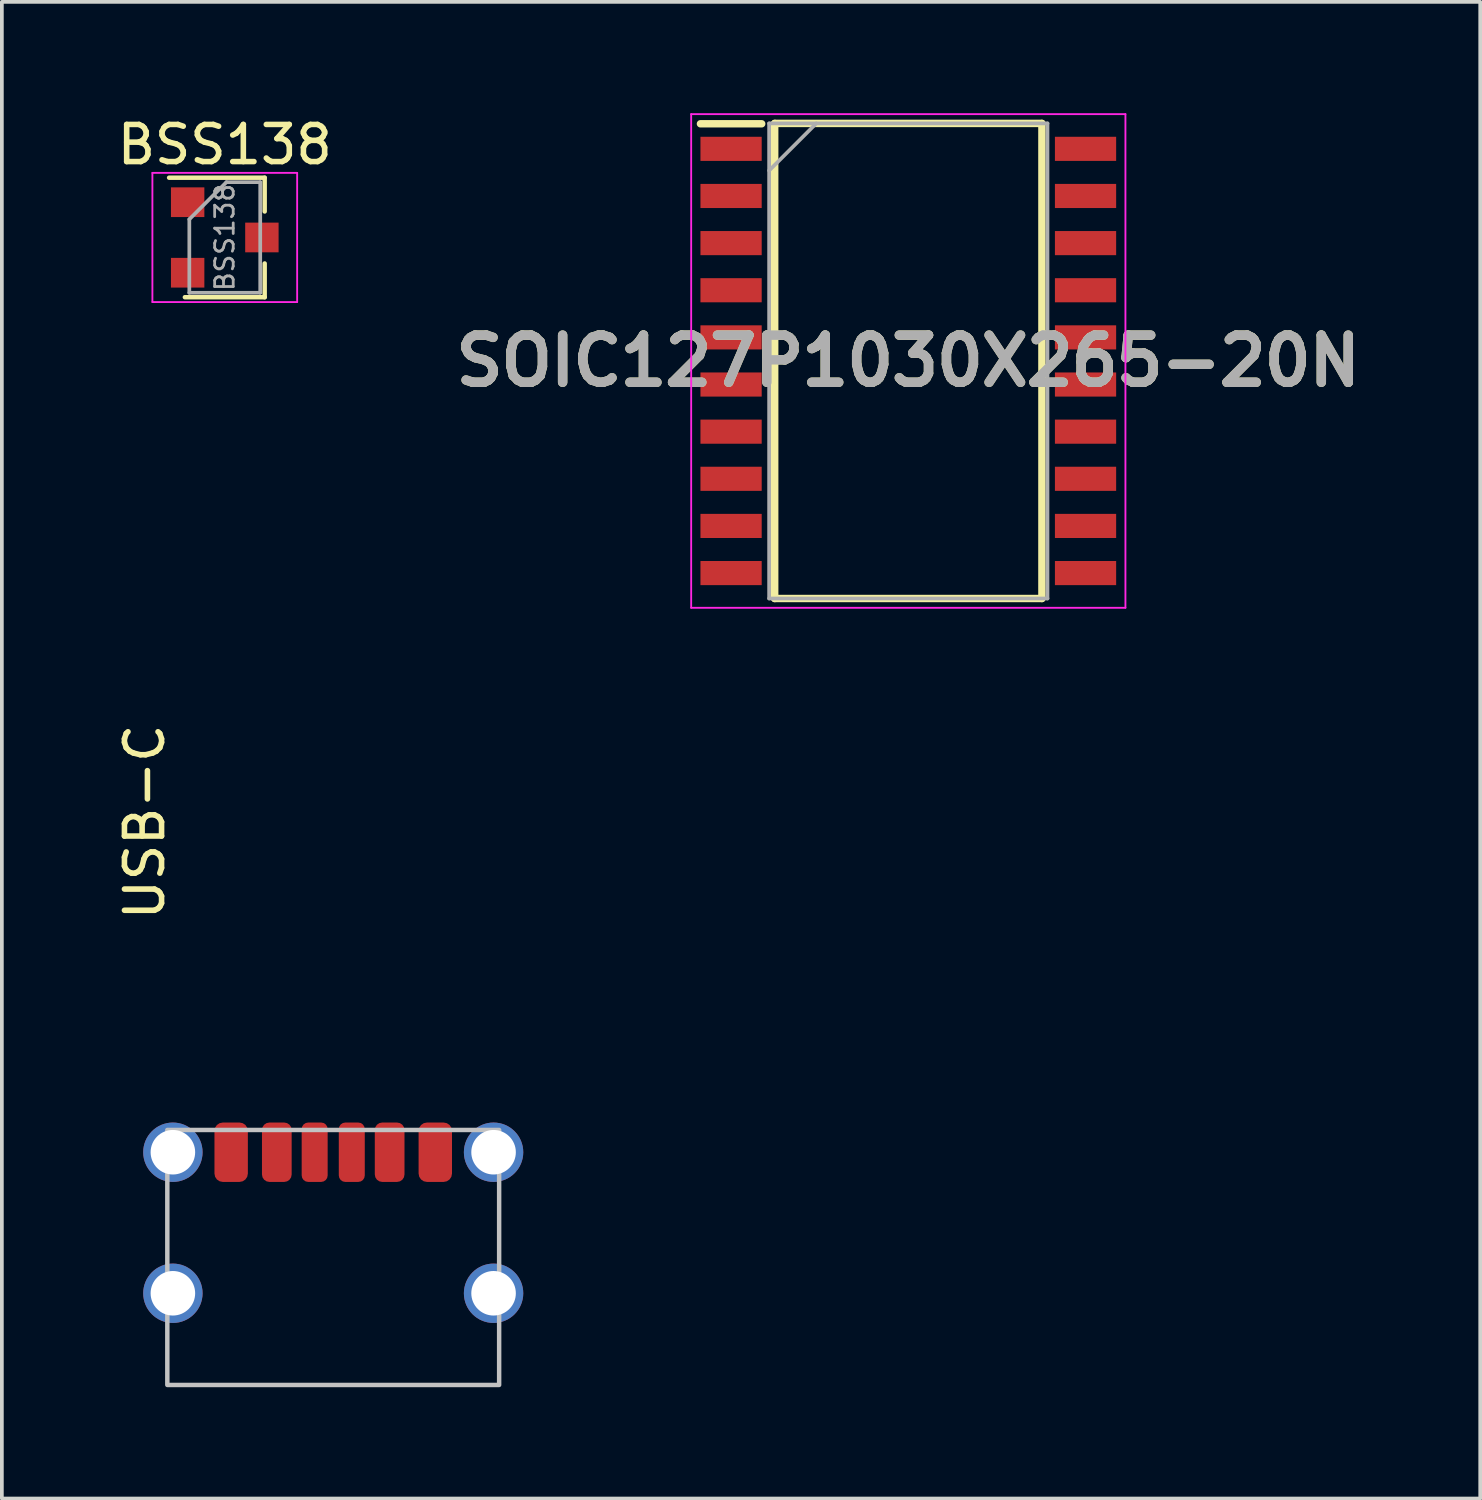
<source format=kicad_pcb>
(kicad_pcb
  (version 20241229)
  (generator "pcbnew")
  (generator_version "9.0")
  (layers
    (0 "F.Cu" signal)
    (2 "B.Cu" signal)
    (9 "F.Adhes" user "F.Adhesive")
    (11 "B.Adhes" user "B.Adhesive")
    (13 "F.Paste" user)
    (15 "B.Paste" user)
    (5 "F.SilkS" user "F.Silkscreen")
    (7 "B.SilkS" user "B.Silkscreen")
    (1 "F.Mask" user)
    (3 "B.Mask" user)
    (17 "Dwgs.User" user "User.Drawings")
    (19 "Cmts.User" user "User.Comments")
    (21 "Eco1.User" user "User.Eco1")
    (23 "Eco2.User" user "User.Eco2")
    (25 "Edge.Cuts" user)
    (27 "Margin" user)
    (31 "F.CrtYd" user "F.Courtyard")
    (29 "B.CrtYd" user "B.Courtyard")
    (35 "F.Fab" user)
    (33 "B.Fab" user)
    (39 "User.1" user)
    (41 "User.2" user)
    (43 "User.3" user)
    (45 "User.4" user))
  (footprint "BSS138"
    (layer "F.Cu")
    (at 3.006 3.348)
    (property "Reference" "BSS138" (at 0 -2.5 0) (layer "F.SilkS") (effects (font (size 1 1) (thickness 0.15))))
    (attr smd)
    (fp_line (start -1.5 -1.61) (end 1.075 -1.61) (stroke (width 0.12) (type solid)) (layer "F.SilkS"))
    (fp_line (start -1.075 1.61) (end 1.075 1.61) (stroke (width 0.12) (type solid)) (layer "F.SilkS"))
    (fp_line (start 1.075 -1.61) (end 1.075 -0.7) (stroke (width 0.12) (type solid)) (layer "F.SilkS"))
    (fp_line (start 1.075 0.7) (end 1.075 1.61) (stroke (width 0.12) (type solid)) (layer "F.SilkS"))
    (fp_line (start -1.95 -1.74) (end 1.95 -1.74) (stroke (width 0.05) (type solid)) (layer "F.CrtYd"))
    (fp_line (start -1.95 1.74) (end -1.95 -1.74) (stroke (width 0.05) (type solid)) (layer "F.CrtYd"))
    (fp_line (start 1.95 -1.74) (end 1.95 1.74) (stroke (width 0.05) (type solid)) (layer "F.CrtYd"))
    (fp_line (start 1.95 1.74) (end -1.95 1.74) (stroke (width 0.05) (type solid)) (layer "F.CrtYd"))
    (fp_line (start -0.955 -0.49) (end -0.955 1.49) (stroke (width 0.1) (type solid)) (layer "F.Fab"))
    (fp_line (start -0.955 -0.49) (end 0.045 -1.49) (stroke (width 0.1) (type solid)) (layer "F.Fab"))
    (fp_line (start -0.955 1.49) (end 0.955 1.49) (stroke (width 0.1) (type solid)) (layer "F.Fab"))
    (fp_line (start 0.045 -1.49) (end 0.955 -1.49) (stroke (width 0.1) (type solid)) (layer "F.Fab"))
    (fp_line (start 0.955 -1.49) (end 0.955 1.49) (stroke (width 0.1) (type solid)) (layer "F.Fab"))
    (fp_text user "${REFERENCE}" (at 0 0 90) (layer "F.Fab") (effects (font (size 0.5 0.5) (thickness 0.075))))
    (pad "1" smd rect (at -1 -0.95) (size 0.9 0.8) (layers "F.Cu" "F.Mask" "F.Paste"))
    (pad "2" smd rect (at -1 0.95) (size 0.9 0.8) (layers "F.Cu" "F.Mask" "F.Paste"))
    (pad "3" smd rect (at 1 0) (size 0.9 0.8) (layers "F.Cu" "F.Mask" "F.Paste")))
  (footprint "SOIC127P1030X265-20N"
    (layer "F.Cu")
    (at 21.422 6.675)
    (property "Reference" "SOIC127P1030X265-20N" (at 0 0 0) (layer "F.SilkS") (effects (font (size 1.27 1.27) (thickness 0.254))))
    (attr smd)
    (fp_line (start -5.6 -6.39) (end -3.95 -6.39) (stroke (width 0.2) (type solid)) (layer "F.SilkS"))
    (fp_line (start -3.6 -6.4) (end 3.6 -6.4) (stroke (width 0.2) (type solid)) (layer "F.SilkS"))
    (fp_line (start -3.6 6.4) (end -3.6 -6.4) (stroke (width 0.2) (type solid)) (layer "F.SilkS"))
    (fp_line (start 3.6 -6.4) (end 3.6 6.4) (stroke (width 0.2) (type solid)) (layer "F.SilkS"))
    (fp_line (start 3.6 6.4) (end -3.6 6.4) (stroke (width 0.2) (type solid)) (layer "F.SilkS"))
    (fp_line (start -5.85 -6.65) (end 5.85 -6.65) (stroke (width 0.05) (type solid)) (layer "F.CrtYd"))
    (fp_line (start -5.85 6.65) (end -5.85 -6.65) (stroke (width 0.05) (type solid)) (layer "F.CrtYd"))
    (fp_line (start 5.85 -6.65) (end 5.85 6.65) (stroke (width 0.05) (type solid)) (layer "F.CrtYd"))
    (fp_line (start 5.85 6.65) (end -5.85 6.65) (stroke (width 0.05) (type solid)) (layer "F.CrtYd"))
    (fp_line (start -3.75 -6.4) (end 3.75 -6.4) (stroke (width 0.1) (type solid)) (layer "F.Fab"))
    (fp_line (start -3.75 -5.13) (end -2.48 -6.4) (stroke (width 0.1) (type solid)) (layer "F.Fab"))
    (fp_line (start -3.75 6.4) (end -3.75 -6.4) (stroke (width 0.1) (type solid)) (layer "F.Fab"))
    (fp_line (start 3.75 -6.4) (end 3.75 6.4) (stroke (width 0.1) (type solid)) (layer "F.Fab"))
    (fp_line (start 3.75 6.4) (end -3.75 6.4) (stroke (width 0.1) (type solid)) (layer "F.Fab"))
    (fp_text user "${REFERENCE}" (at 0 0 0) (layer "F.Fab") (effects (font (size 1.27 1.27) (thickness 0.254))))
    (pad "1" smd rect (at -4.775 -5.715 90) (size 0.65 1.65) (layers "F.Cu" "F.Mask" "F.Paste"))
    (pad "2" smd rect (at -4.775 -4.445 90) (size 0.65 1.65) (layers "F.Cu" "F.Mask" "F.Paste"))
    (pad "3" smd rect (at -4.775 -3.175 90) (size 0.65 1.65) (layers "F.Cu" "F.Mask" "F.Paste"))
    (pad "4" smd rect (at -4.775 -1.905 90) (size 0.65 1.65) (layers "F.Cu" "F.Mask" "F.Paste"))
    (pad "5" smd rect (at -4.775 -0.635 90) (size 0.65 1.65) (layers "F.Cu" "F.Mask" "F.Paste"))
    (pad "6" smd rect (at -4.775 0.635 90) (size 0.65 1.65) (layers "F.Cu" "F.Mask" "F.Paste"))
    (pad "7" smd rect (at -4.775 1.905 90) (size 0.65 1.65) (layers "F.Cu" "F.Mask" "F.Paste"))
    (pad "8" smd rect (at -4.775 3.175 90) (size 0.65 1.65) (layers "F.Cu" "F.Mask" "F.Paste"))
    (pad "9" smd rect (at -4.775 4.445 90) (size 0.65 1.65) (layers "F.Cu" "F.Mask" "F.Paste"))
    (pad "10" smd rect (at -4.775 5.715 90) (size 0.65 1.65) (layers "F.Cu" "F.Mask" "F.Paste"))
    (pad "11" smd rect (at 4.775 5.715 90) (size 0.65 1.65) (layers "F.Cu" "F.Mask" "F.Paste"))
    (pad "12" smd rect (at 4.775 4.445 90) (size 0.65 1.65) (layers "F.Cu" "F.Mask" "F.Paste"))
    (pad "13" smd rect (at 4.775 3.175 90) (size 0.65 1.65) (layers "F.Cu" "F.Mask" "F.Paste"))
    (pad "14" smd rect (at 4.775 1.905 90) (size 0.65 1.65) (layers "F.Cu" "F.Mask" "F.Paste"))
    (pad "15" smd rect (at 4.775 0.635 90) (size 0.65 1.65) (layers "F.Cu" "F.Mask" "F.Paste"))
    (pad "16" smd rect (at 4.775 -0.635 90) (size 0.65 1.65) (layers "F.Cu" "F.Mask" "F.Paste"))
    (pad "17" smd rect (at 4.775 -1.905 90) (size 0.65 1.65) (layers "F.Cu" "F.Mask" "F.Paste"))
    (pad "18" smd rect (at 4.775 -3.175 90) (size 0.65 1.65) (layers "F.Cu" "F.Mask" "F.Paste"))
    (pad "19" smd rect (at 4.775 -4.445 90) (size 0.65 1.65) (layers "F.Cu" "F.Mask" "F.Paste"))
    (pad "20" smd rect (at 4.775 -5.715 90) (size 0.65 1.65) (layers "F.Cu" "F.Mask" "F.Paste")))
  (footprint "USB-C"
    (layer "F.Cu")
    (at 5.928 31.794)
    (property "Reference" "USB-C" (at -5.08 -12.7 90) (unlocked yes) (layer "F.SilkS") (effects (font (size 1 1) (thickness 0.15))))
    (attr smd)
    (fp_rect (start -4.47 -4.4) (end 4.47 2.47) (stroke (width 0.12) (type solid)) (fill no) (layer "Dwgs.User"))
    (pad "" np_thru_hole circle (at -4.32 -3.8) (size 1.6 1.6) (drill 1.2) (layers "*.Cu" "*.Mask"))
    (pad "" np_thru_hole circle (at -4.32 0) (size 1.6 1.6) (drill 1.2) (layers "*.Cu" "*.Mask"))
    (pad "" np_thru_hole circle (at 4.32 -3.8) (size 1.6 1.6) (drill 1.2) (layers "*.Cu" "*.Mask"))
    (pad "" np_thru_hole circle (at 4.32 0) (size 1.6 1.6) (drill 1.2) (layers "*.Cu" "*.Mask"))
    (pad "1" smd roundrect (at -2.75 -3.8) (size 0.9 1.6) (layers "F.Cu" "F.Mask" "F.Paste") (roundrect_rratio 0.25))
    (pad "2" smd roundrect (at -1.52 -3.8) (size 0.8 1.6) (layers "F.Cu" "F.Mask" "F.Paste") (roundrect_rratio 0.25))
    (pad "3" smd roundrect (at -0.5 -3.8) (size 0.7 1.6) (layers "F.Cu" "F.Mask" "F.Paste") (roundrect_rratio 0.25))
    (pad "4" smd roundrect (at 0.5 -3.8) (size 0.7 1.6) (layers "F.Cu" "F.Mask" "F.Paste") (roundrect_rratio 0.25))
    (pad "5" smd roundrect (at 1.52 -3.8) (size 0.8 1.6) (layers "F.Cu" "F.Mask" "F.Paste") (roundrect_rratio 0.25))
    (pad "6" smd roundrect (at 2.75 -3.8) (size 0.9 1.6) (layers "F.Cu" "F.Mask" "F.Paste") (roundrect_rratio 0.25)))
  (gr_rect
    (start -3 -3)
    (end 36.831 37.324)
    (stroke (width 0.1) (type default))
    (fill no)
    (layer "Edge.Cuts")))
</source>
